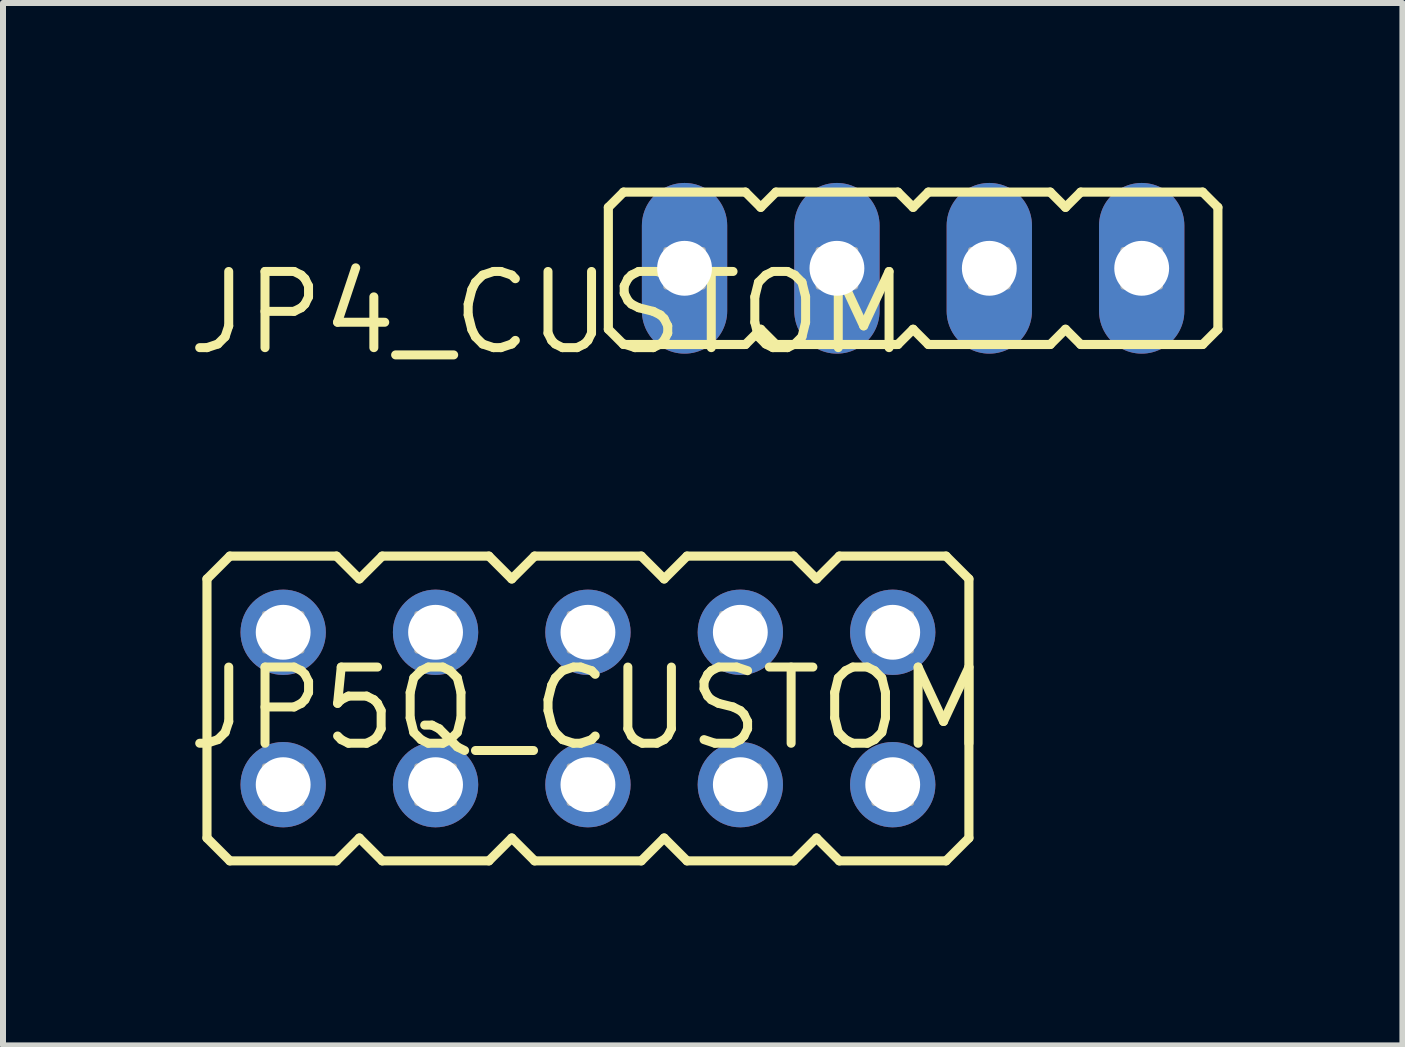
<source format=kicad_pcb>
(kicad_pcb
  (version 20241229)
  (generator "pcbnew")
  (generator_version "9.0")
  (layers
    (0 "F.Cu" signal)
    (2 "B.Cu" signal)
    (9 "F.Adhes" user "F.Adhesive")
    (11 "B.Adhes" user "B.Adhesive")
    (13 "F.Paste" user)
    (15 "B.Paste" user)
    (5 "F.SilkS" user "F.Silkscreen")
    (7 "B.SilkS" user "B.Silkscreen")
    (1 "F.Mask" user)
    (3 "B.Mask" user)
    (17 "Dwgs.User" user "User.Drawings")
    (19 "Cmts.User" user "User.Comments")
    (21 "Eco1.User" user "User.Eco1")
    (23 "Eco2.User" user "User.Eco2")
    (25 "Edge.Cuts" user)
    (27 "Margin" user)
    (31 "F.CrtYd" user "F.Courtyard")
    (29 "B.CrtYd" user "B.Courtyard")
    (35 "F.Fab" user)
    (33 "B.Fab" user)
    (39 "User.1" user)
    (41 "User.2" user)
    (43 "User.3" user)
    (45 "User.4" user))
  (footprint "JP5Q_CUSTOM"
    (layer "F.Cu")
    (at 6.75 8.759)
    (property "Reference" "JP5Q_CUSTOM" (at 0 0 0) (layer "F.SilkS") (effects (font (size 1.27 1.27) (thickness 0.15))))
    (attr through_hole)
    (fp_line (start -6.35 -2.159) (end -5.969 -2.54) (stroke (width 0.152) (type solid)) (layer "F.SilkS"))
    (fp_line (start -6.35 2.159) (end -6.35 -2.159) (stroke (width 0.152) (type solid)) (layer "F.SilkS"))
    (fp_line (start -6.35 2.159) (end -5.969 2.54) (stroke (width 0.152) (type solid)) (layer "F.SilkS"))
    (fp_line (start -5.969 -2.54) (end -4.191 -2.54) (stroke (width 0.152) (type solid)) (layer "F.SilkS"))
    (fp_line (start -5.969 2.54) (end -4.191 2.54) (stroke (width 0.152) (type solid)) (layer "F.SilkS"))
    (fp_line (start -4.191 -2.54) (end -3.81 -2.159) (stroke (width 0.152) (type solid)) (layer "F.SilkS"))
    (fp_line (start -3.81 -2.159) (end -3.429 -2.54) (stroke (width 0.152) (type solid)) (layer "F.SilkS"))
    (fp_line (start -3.81 2.159) (end -4.191 2.54) (stroke (width 0.152) (type solid)) (layer "F.SilkS"))
    (fp_line (start -3.81 2.159) (end -3.429 2.54) (stroke (width 0.152) (type solid)) (layer "F.SilkS"))
    (fp_line (start -3.429 -2.54) (end -1.651 -2.54) (stroke (width 0.152) (type solid)) (layer "F.SilkS"))
    (fp_line (start -1.651 2.54) (end -3.429 2.54) (stroke (width 0.152) (type solid)) (layer "F.SilkS"))
    (fp_line (start -1.27 -2.159) (end -1.651 -2.54) (stroke (width 0.152) (type solid)) (layer "F.SilkS"))
    (fp_line (start -1.27 -2.159) (end -0.889 -2.54) (stroke (width 0.152) (type solid)) (layer "F.SilkS"))
    (fp_line (start -1.27 2.159) (end -1.651 2.54) (stroke (width 0.152) (type solid)) (layer "F.SilkS"))
    (fp_line (start -1.27 2.159) (end -0.889 2.54) (stroke (width 0.152) (type solid)) (layer "F.SilkS"))
    (fp_line (start -0.889 -2.54) (end 0.889 -2.54) (stroke (width 0.152) (type solid)) (layer "F.SilkS"))
    (fp_line (start 0.889 2.54) (end -0.889 2.54) (stroke (width 0.152) (type solid)) (layer "F.SilkS"))
    (fp_line (start 0.889 2.54) (end 1.27 2.159) (stroke (width 0.152) (type solid)) (layer "F.SilkS"))
    (fp_line (start 1.27 -2.159) (end 0.889 -2.54) (stroke (width 0.152) (type solid)) (layer "F.SilkS"))
    (fp_line (start 1.27 -2.159) (end 1.651 -2.54) (stroke (width 0.152) (type solid)) (layer "F.SilkS"))
    (fp_line (start 1.27 2.159) (end 1.651 2.54) (stroke (width 0.152) (type solid)) (layer "F.SilkS"))
    (fp_line (start 1.651 -2.54) (end 3.429 -2.54) (stroke (width 0.152) (type solid)) (layer "F.SilkS"))
    (fp_line (start 3.429 2.54) (end 1.651 2.54) (stroke (width 0.152) (type solid)) (layer "F.SilkS"))
    (fp_line (start 3.429 2.54) (end 3.81 2.159) (stroke (width 0.152) (type solid)) (layer "F.SilkS"))
    (fp_line (start 3.81 -2.159) (end 3.429 -2.54) (stroke (width 0.152) (type solid)) (layer "F.SilkS"))
    (fp_line (start 3.81 -2.159) (end 4.191 -2.54) (stroke (width 0.152) (type solid)) (layer "F.SilkS"))
    (fp_line (start 3.81 2.159) (end 4.191 2.54) (stroke (width 0.152) (type solid)) (layer "F.SilkS"))
    (fp_line (start 4.191 -2.54) (end 5.969 -2.54) (stroke (width 0.152) (type solid)) (layer "F.SilkS"))
    (fp_line (start 5.969 2.54) (end 4.191 2.54) (stroke (width 0.152) (type solid)) (layer "F.SilkS"))
    (fp_line (start 5.969 2.54) (end 6.35 2.159) (stroke (width 0.152) (type solid)) (layer "F.SilkS"))
    (fp_line (start 6.35 -2.159) (end 5.969 -2.54) (stroke (width 0.152) (type solid)) (layer "F.SilkS"))
    (fp_line (start 6.35 -2.159) (end 6.35 2.159) (stroke (width 0.152) (type solid)) (layer "F.SilkS"))
    (fp_poly (pts (xy -5.385 -0.965) (xy -4.775 -0.965) (xy -4.775 -1.575) (xy -5.385 -1.575)) (stroke (width 0.1) (type solid)) (fill no) (layer "F.Fab"))
    (fp_poly (pts (xy -5.385 1.575) (xy -4.775 1.575) (xy -4.775 0.965) (xy -5.385 0.965)) (stroke (width 0.1) (type solid)) (fill no) (layer "F.Fab"))
    (fp_poly (pts (xy -2.845 -0.965) (xy -2.235 -0.965) (xy -2.235 -1.575) (xy -2.845 -1.575)) (stroke (width 0.1) (type solid)) (fill no) (layer "F.Fab"))
    (fp_poly (pts (xy -2.845 1.575) (xy -2.235 1.575) (xy -2.235 0.965) (xy -2.845 0.965)) (stroke (width 0.1) (type solid)) (fill no) (layer "F.Fab"))
    (fp_poly (pts (xy -0.305 -0.965) (xy 0.305 -0.965) (xy 0.305 -1.575) (xy -0.305 -1.575)) (stroke (width 0.1) (type solid)) (fill no) (layer "F.Fab"))
    (fp_poly (pts (xy -0.305 1.575) (xy 0.305 1.575) (xy 0.305 0.965) (xy -0.305 0.965)) (stroke (width 0.1) (type solid)) (fill no) (layer "F.Fab"))
    (fp_poly (pts (xy 2.235 -0.965) (xy 2.845 -0.965) (xy 2.845 -1.575) (xy 2.235 -1.575)) (stroke (width 0.1) (type solid)) (fill no) (layer "F.Fab"))
    (fp_poly (pts (xy 2.235 1.575) (xy 2.845 1.575) (xy 2.845 0.965) (xy 2.235 0.965)) (stroke (width 0.1) (type solid)) (fill no) (layer "F.Fab"))
    (fp_poly (pts (xy 4.775 -0.965) (xy 5.385 -0.965) (xy 5.385 -1.575) (xy 4.775 -1.575)) (stroke (width 0.1) (type solid)) (fill no) (layer "F.Fab"))
    (fp_poly (pts (xy 4.775 1.575) (xy 5.385 1.575) (xy 5.385 0.965) (xy 4.775 0.965)) (stroke (width 0.1) (type solid)) (fill no) (layer "F.Fab"))
    (pad "1" thru_hole circle (at -5.08 1.27) (size 1.422 1.422) (drill 0.914) (layers "*.Cu" "*.Mask"))
    (pad "2" thru_hole circle (at -5.08 -1.27) (size 1.422 1.422) (drill 0.914) (layers "*.Cu" "*.Mask"))
    (pad "3" thru_hole circle (at -2.54 1.27) (size 1.422 1.422) (drill 0.914) (layers "*.Cu" "*.Mask"))
    (pad "4" thru_hole circle (at -2.54 -1.27) (size 1.422 1.422) (drill 0.914) (layers "*.Cu" "*.Mask"))
    (pad "5" thru_hole circle (at 0 1.27) (size 1.422 1.422) (drill 0.914) (layers "*.Cu" "*.Mask"))
    (pad "6" thru_hole circle (at 0 -1.27) (size 1.422 1.422) (drill 0.914) (layers "*.Cu" "*.Mask"))
    (pad "7" thru_hole circle (at 2.54 1.27) (size 1.422 1.422) (drill 0.914) (layers "*.Cu" "*.Mask"))
    (pad "8" thru_hole circle (at 2.54 -1.27) (size 1.422 1.422) (drill 0.914) (layers "*.Cu" "*.Mask"))
    (pad "9" thru_hole circle (at 5.08 1.27) (size 1.422 1.422) (drill 0.914) (layers "*.Cu" "*.Mask"))
    (pad "10" thru_hole circle (at 5.08 -1.27) (size 1.422 1.422) (drill 0.914) (layers "*.Cu" "*.Mask")))
  (footprint "JP4_CUSTOM"
    (layer "F.Cu")
    (at 12.17 1.422)
    (property "Reference" "JP4_CUSTOM" (at 0 0 0) (layer "F.SilkS") (effects (font (size 1.27 1.27) (thickness 0.15)) (justify right top)))
    (attr through_hole)
    (fp_line (start -5.08 -1.016) (end -4.826 -1.27) (stroke (width 0.152) (type solid)) (layer "F.SilkS"))
    (fp_line (start -5.08 1.016) (end -5.08 -1.016) (stroke (width 0.152) (type solid)) (layer "F.SilkS"))
    (fp_line (start -5.08 1.016) (end -4.826 1.27) (stroke (width 0.152) (type solid)) (layer "F.SilkS"))
    (fp_line (start -2.794 -1.27) (end -4.826 -1.27) (stroke (width 0.152) (type solid)) (layer "F.SilkS"))
    (fp_line (start -2.794 -1.27) (end -2.54 -1.016) (stroke (width 0.152) (type solid)) (layer "F.SilkS"))
    (fp_line (start -2.794 1.27) (end -4.826 1.27) (stroke (width 0.152) (type solid)) (layer "F.SilkS"))
    (fp_line (start -2.794 1.27) (end -2.54 1.016) (stroke (width 0.152) (type solid)) (layer "F.SilkS"))
    (fp_line (start -2.54 -1.016) (end -2.286 -1.27) (stroke (width 0.152) (type solid)) (layer "F.SilkS"))
    (fp_line (start -2.54 1.016) (end -2.286 1.27) (stroke (width 0.152) (type solid)) (layer "F.SilkS"))
    (fp_line (start -0.254 -1.27) (end -2.286 -1.27) (stroke (width 0.152) (type solid)) (layer "F.SilkS"))
    (fp_line (start -0.254 -1.27) (end 0 -1.016) (stroke (width 0.152) (type solid)) (layer "F.SilkS"))
    (fp_line (start -0.254 1.27) (end -2.286 1.27) (stroke (width 0.152) (type solid)) (layer "F.SilkS"))
    (fp_line (start -0.254 1.27) (end 0 1.016) (stroke (width 0.152) (type solid)) (layer "F.SilkS"))
    (fp_line (start 0 -1.016) (end 0.254 -1.27) (stroke (width 0.152) (type solid)) (layer "F.SilkS"))
    (fp_line (start 0 1.016) (end 0.254 1.27) (stroke (width 0.152) (type solid)) (layer "F.SilkS"))
    (fp_line (start 2.286 -1.27) (end 0.254 -1.27) (stroke (width 0.152) (type solid)) (layer "F.SilkS"))
    (fp_line (start 2.286 -1.27) (end 2.54 -1.016) (stroke (width 0.152) (type solid)) (layer "F.SilkS"))
    (fp_line (start 2.286 1.27) (end 0.254 1.27) (stroke (width 0.152) (type solid)) (layer "F.SilkS"))
    (fp_line (start 2.286 1.27) (end 2.54 1.016) (stroke (width 0.152) (type solid)) (layer "F.SilkS"))
    (fp_line (start 2.54 -1.016) (end 2.794 -1.27) (stroke (width 0.152) (type solid)) (layer "F.SilkS"))
    (fp_line (start 2.54 1.016) (end 2.794 1.27) (stroke (width 0.152) (type solid)) (layer "F.SilkS"))
    (fp_line (start 4.826 -1.27) (end 2.794 -1.27) (stroke (width 0.152) (type solid)) (layer "F.SilkS"))
    (fp_line (start 4.826 -1.27) (end 5.08 -1.016) (stroke (width 0.152) (type solid)) (layer "F.SilkS"))
    (fp_line (start 4.826 1.27) (end 2.794 1.27) (stroke (width 0.152) (type solid)) (layer "F.SilkS"))
    (fp_line (start 4.826 1.27) (end 5.08 1.016) (stroke (width 0.152) (type solid)) (layer "F.SilkS"))
    (fp_line (start 5.08 -1.016) (end 5.08 1.016) (stroke (width 0.152) (type solid)) (layer "F.SilkS"))
    (fp_poly (pts (xy -4.115 0.305) (xy -3.505 0.305) (xy -3.505 -0.305) (xy -4.115 -0.305)) (stroke (width 0.1) (type solid)) (fill no) (layer "F.Fab"))
    (fp_poly (pts (xy -1.575 0.305) (xy -0.965 0.305) (xy -0.965 -0.305) (xy -1.575 -0.305)) (stroke (width 0.1) (type solid)) (fill no) (layer "F.Fab"))
    (fp_poly (pts (xy 0.965 0.305) (xy 1.575 0.305) (xy 1.575 -0.305) (xy 0.965 -0.305)) (stroke (width 0.1) (type solid)) (fill no) (layer "F.Fab"))
    (fp_poly (pts (xy 3.505 0.305) (xy 4.115 0.305) (xy 4.115 -0.305) (xy 3.505 -0.305)) (stroke (width 0.1) (type solid)) (fill no) (layer "F.Fab"))
    (pad "1" thru_hole oval (at -3.81 0 90) (size 2.845 1.422) (drill 0.914) (layers "*.Cu" "*.Mask"))
    (pad "2" thru_hole oval (at -1.27 0 90) (size 2.845 1.422) (drill 0.914) (layers "*.Cu" "*.Mask"))
    (pad "3" thru_hole oval (at 1.27 0 90) (size 2.845 1.422) (drill 0.914) (layers "*.Cu" "*.Mask"))
    (pad "4" thru_hole oval (at 3.81 0 90) (size 2.845 1.422) (drill 0.914) (layers "*.Cu" "*.Mask")))
  (gr_rect
    (start -3 -3)
    (end 20.326 14.375)
    (stroke (width 0.1) (type default))
    (fill no)
    (layer "Edge.Cuts")))
</source>
